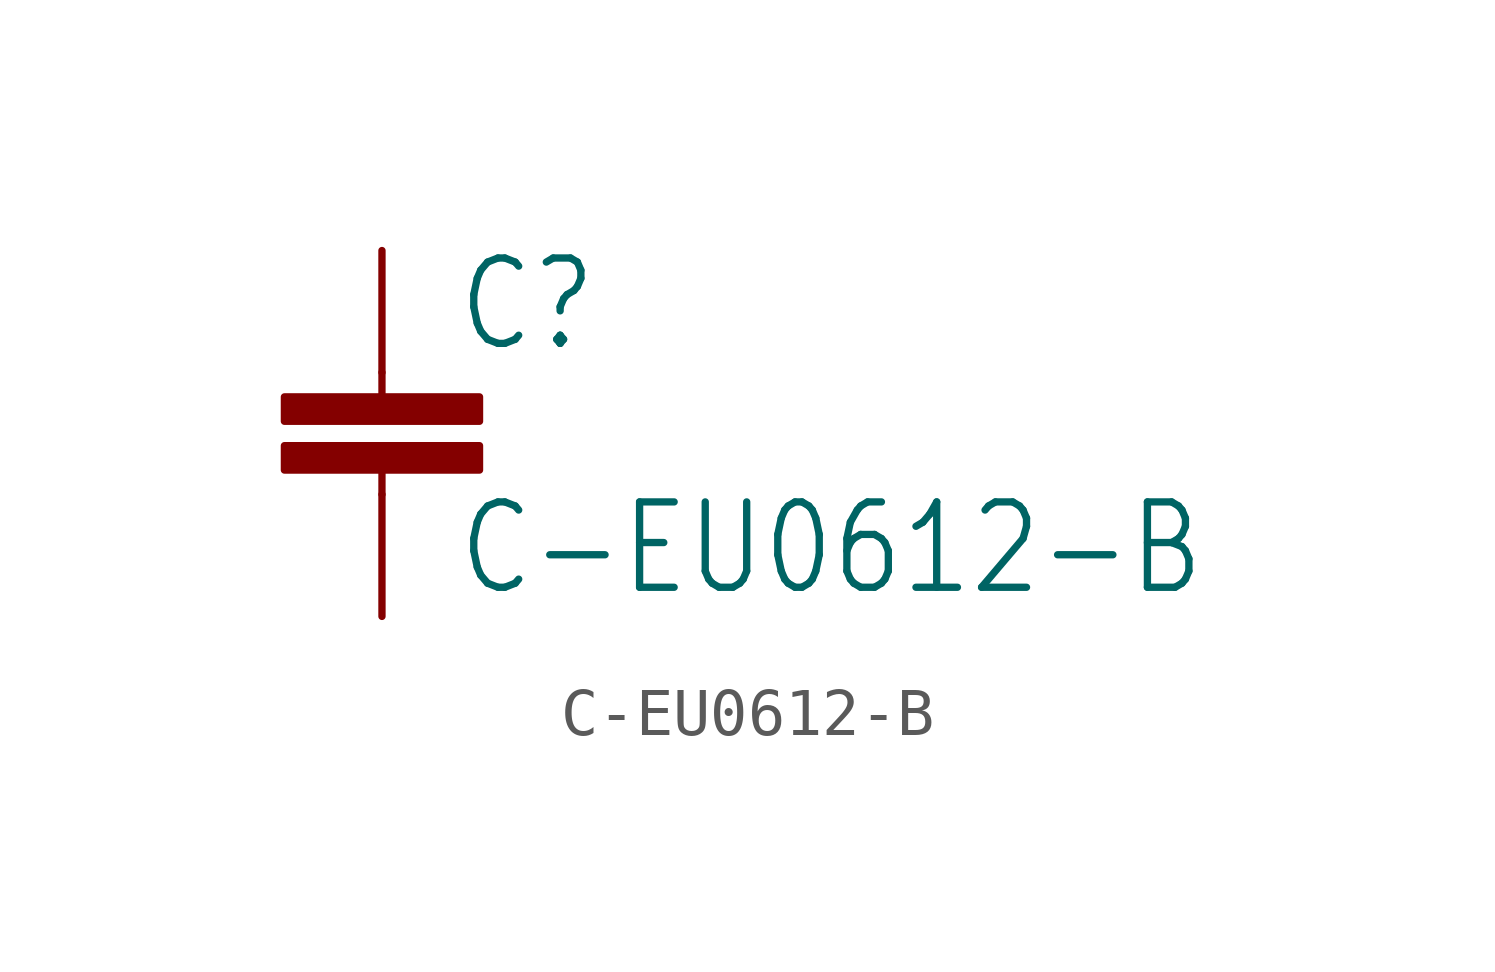
<source format=kicad_sym>
(kicad_symbol_lib
  (version 20201005)
  (generator kicad_symbol_editor)
  (symbol "pirt:C-EU0612-B"
    (property "Reference" "C"
      (at 1.524 0.381 0)
      (effects (font (size 1.778 1.511)) (justify left bottom)))
    (property "Value" "C-EU0612-B"
      (at 1.524 -4.699 0)
      (effects (font (size 1.778 1.511)) (justify left bottom)))
    (property "ki_locked" ""
      (at 0 0 0)
      (effects (font (size 1.27 1.27))))
    (symbol "C-EU0612-B_1_0"
      (rectangle (start -2.032 -2.032) (end 2.032 -1.524) (stroke (width 0)) (fill (type outline)))
      (rectangle (start -2.032 -1.016) (end 2.032 -0.508) (stroke (width 0)) (fill (type outline)))
      (polyline (pts (xy 0 -2.54) (xy 0 -2.032)) (stroke (width 0.152)) (fill (type none)))
      (polyline (pts (xy 0 0) (xy 0 -0.508)) (stroke (width 0.152)) (fill (type none)))
      (pin passive line (at 0 2.54 270) (length 2.54) (name "1" (effects (font (size 0 0)))) (number "1" (effects (font (size 0 0)))))
      (pin passive line (at 0 -5.08 90) (length 2.54) (name "2" (effects (font (size 0 0)))) (number "2" (effects (font (size 0 0))))))))
</source>
